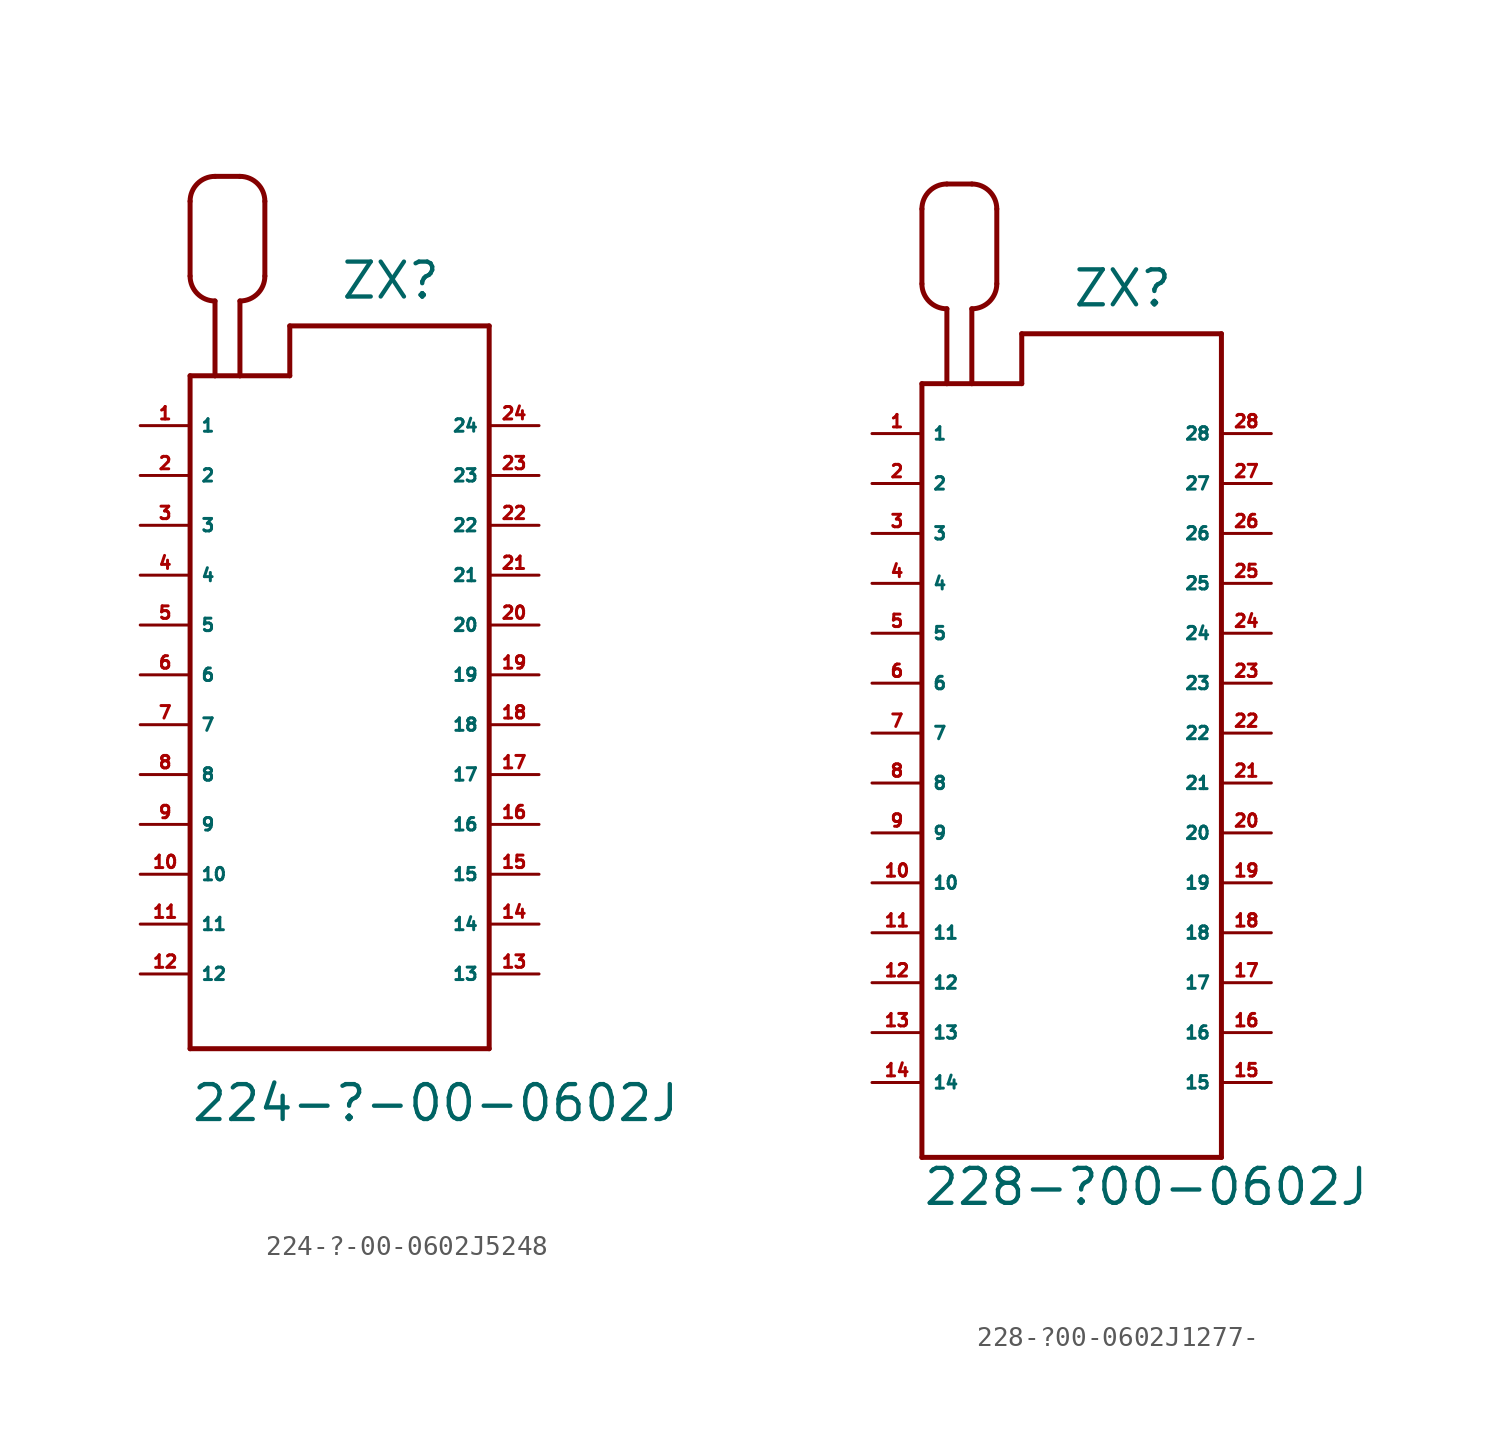
<source format=kicad_sym>
(kicad_symbol_lib
  (version 20220914)
  (generator Eagle2Kicad)
  (symbol "224-?-00-0602J5248"
    (property "Reference" "ZX"
      (at 0 19.05 0)
      (effects (font (size 1.778 1.778) (thickness 0.22)) (justify left bottom)))
    (property "Value" "224-?-00-0602J"
      (at -7.62 -22.86 0)
      (effects (font (size 1.778 1.778) (thickness 0.22)) (justify left bottom)))
    (polyline
      (pts (xy -7.62 15.24) (xy -7.62 -19.05))
      (stroke (width 0.254) (type default))
      (fill (type none)))
    (polyline
      (pts (xy -7.62 -19.05) (xy 7.62 -19.05))
      (stroke (width 0.254) (type default))
      (fill (type none)))
    (polyline
      (pts (xy 7.62 -19.05) (xy 7.62 17.78))
      (stroke (width 0.254) (type default))
      (fill (type none)))
    (polyline
      (pts (xy 7.62 17.78) (xy -2.54 17.78))
      (stroke (width 0.254) (type default))
      (fill (type none)))
    (polyline
      (pts (xy -2.54 17.78) (xy -2.54 15.24))
      (stroke (width 0.254) (type default))
      (fill (type none)))
    (polyline
      (pts (xy -2.54 15.24) (xy -5.08 15.24))
      (stroke (width 0.254) (type default))
      (fill (type none)))
    (polyline
      (pts (xy -5.08 15.24) (xy -6.35 15.24))
      (stroke (width 0.254) (type default))
      (fill (type none)))
    (polyline
      (pts (xy -6.35 15.24) (xy -7.62 15.24))
      (stroke (width 0.254) (type default))
      (fill (type none)))
    (polyline
      (pts (xy -6.35 15.24) (xy -6.35 19.05))
      (stroke (width 0.254) (type default))
      (fill (type none)))
    (arc
      (start -7.62 20.32)
      (mid -7.248 19.422)
      (end -6.35 19.05)
      (stroke (width 0.254) (type default))
      (fill (type none)))
    (polyline
      (pts (xy -7.62 20.32) (xy -7.62 24.13))
      (stroke (width 0.254) (type default))
      (fill (type none)))
    (arc
      (start -6.35 25.4)
      (mid -7.248 25.028)
      (end -7.62 24.13)
      (stroke (width 0.254) (type default))
      (fill (type none)))
    (polyline
      (pts (xy -6.35 25.4) (xy -5.08 25.4))
      (stroke (width 0.254) (type default))
      (fill (type none)))
    (arc
      (start -3.81 24.13)
      (mid -4.182 25.028)
      (end -5.08 25.4)
      (stroke (width 0.254) (type default))
      (fill (type none)))
    (polyline
      (pts (xy -3.81 24.13) (xy -3.81 20.32))
      (stroke (width 0.254) (type default))
      (fill (type none)))
    (arc
      (start -5.08 19.05)
      (mid -4.182 19.422)
      (end -3.81 20.32)
      (stroke (width 0.254) (type default))
      (fill (type none)))
    (polyline
      (pts (xy -5.08 19.05) (xy -5.08 15.24))
      (stroke (width 0.254) (type default))
      (fill (type none)))
    (pin passive line
      (at -10.16 12.7 0)
      (length 2.54)
      (name "1" (effects (font (size 0.635 0.635) (thickness 0.08)) (justify left bottom)))
      (number "1" (effects (font (size 0.635 0.635) (thickness 0.08)) (justify left bottom))))
    (pin passive line
      (at -10.16 10.16 0)
      (length 2.54)
      (name "2" (effects (font (size 0.635 0.635) (thickness 0.08)) (justify left bottom)))
      (number "2" (effects (font (size 0.635 0.635) (thickness 0.08)) (justify left bottom))))
    (pin passive line
      (at -10.16 7.62 0)
      (length 2.54)
      (name "3" (effects (font (size 0.635 0.635) (thickness 0.08)) (justify left bottom)))
      (number "3" (effects (font (size 0.635 0.635) (thickness 0.08)) (justify left bottom))))
    (pin passive line
      (at -10.16 5.08 0)
      (length 2.54)
      (name "4" (effects (font (size 0.635 0.635) (thickness 0.08)) (justify left bottom)))
      (number "4" (effects (font (size 0.635 0.635) (thickness 0.08)) (justify left bottom))))
    (pin passive line
      (at -10.16 2.54 0)
      (length 2.54)
      (name "5" (effects (font (size 0.635 0.635) (thickness 0.08)) (justify left bottom)))
      (number "5" (effects (font (size 0.635 0.635) (thickness 0.08)) (justify left bottom))))
    (pin passive line
      (at -10.16 0 0)
      (length 2.54)
      (name "6" (effects (font (size 0.635 0.635) (thickness 0.08)) (justify left bottom)))
      (number "6" (effects (font (size 0.635 0.635) (thickness 0.08)) (justify left bottom))))
    (pin passive line
      (at -10.16 -2.54 0)
      (length 2.54)
      (name "7" (effects (font (size 0.635 0.635) (thickness 0.08)) (justify left bottom)))
      (number "7" (effects (font (size 0.635 0.635) (thickness 0.08)) (justify left bottom))))
    (pin passive line
      (at -10.16 -5.08 0)
      (length 2.54)
      (name "8" (effects (font (size 0.635 0.635) (thickness 0.08)) (justify left bottom)))
      (number "8" (effects (font (size 0.635 0.635) (thickness 0.08)) (justify left bottom))))
    (pin passive line
      (at -10.16 -7.62 0)
      (length 2.54)
      (name "9" (effects (font (size 0.635 0.635) (thickness 0.08)) (justify left bottom)))
      (number "9" (effects (font (size 0.635 0.635) (thickness 0.08)) (justify left bottom))))
    (pin passive line
      (at -10.16 -10.16 0)
      (length 2.54)
      (name "10" (effects (font (size 0.635 0.635) (thickness 0.08)) (justify left bottom)))
      (number "10" (effects (font (size 0.635 0.635) (thickness 0.08)) (justify left bottom))))
    (pin passive line
      (at -10.16 -12.7 0)
      (length 2.54)
      (name "11" (effects (font (size 0.635 0.635) (thickness 0.08)) (justify left bottom)))
      (number "11" (effects (font (size 0.635 0.635) (thickness 0.08)) (justify left bottom))))
    (pin passive line
      (at -10.16 -15.24 0)
      (length 2.54)
      (name "12" (effects (font (size 0.635 0.635) (thickness 0.08)) (justify left bottom)))
      (number "12" (effects (font (size 0.635 0.635) (thickness 0.08)) (justify left bottom))))
    (pin passive line
      (at 10.16 -15.24 180)
      (length 2.54)
      (name "13" (effects (font (size 0.635 0.635) (thickness 0.08)) (justify left bottom)))
      (number "13" (effects (font (size 0.635 0.635) (thickness 0.08)) (justify left bottom))))
    (pin passive line
      (at 10.16 -12.7 180)
      (length 2.54)
      (name "14" (effects (font (size 0.635 0.635) (thickness 0.08)) (justify left bottom)))
      (number "14" (effects (font (size 0.635 0.635) (thickness 0.08)) (justify left bottom))))
    (pin passive line
      (at 10.16 -10.16 180)
      (length 2.54)
      (name "15" (effects (font (size 0.635 0.635) (thickness 0.08)) (justify left bottom)))
      (number "15" (effects (font (size 0.635 0.635) (thickness 0.08)) (justify left bottom))))
    (pin passive line
      (at 10.16 -7.62 180)
      (length 2.54)
      (name "16" (effects (font (size 0.635 0.635) (thickness 0.08)) (justify left bottom)))
      (number "16" (effects (font (size 0.635 0.635) (thickness 0.08)) (justify left bottom))))
    (pin passive line
      (at 10.16 -5.08 180)
      (length 2.54)
      (name "17" (effects (font (size 0.635 0.635) (thickness 0.08)) (justify left bottom)))
      (number "17" (effects (font (size 0.635 0.635) (thickness 0.08)) (justify left bottom))))
    (pin passive line
      (at 10.16 -2.54 180)
      (length 2.54)
      (name "18" (effects (font (size 0.635 0.635) (thickness 0.08)) (justify left bottom)))
      (number "18" (effects (font (size 0.635 0.635) (thickness 0.08)) (justify left bottom))))
    (pin passive line
      (at 10.16 0 180)
      (length 2.54)
      (name "19" (effects (font (size 0.635 0.635) (thickness 0.08)) (justify left bottom)))
      (number "19" (effects (font (size 0.635 0.635) (thickness 0.08)) (justify left bottom))))
    (pin passive line
      (at 10.16 2.54 180)
      (length 2.54)
      (name "20" (effects (font (size 0.635 0.635) (thickness 0.08)) (justify left bottom)))
      (number "20" (effects (font (size 0.635 0.635) (thickness 0.08)) (justify left bottom))))
    (pin passive line
      (at 10.16 5.08 180)
      (length 2.54)
      (name "21" (effects (font (size 0.635 0.635) (thickness 0.08)) (justify left bottom)))
      (number "21" (effects (font (size 0.635 0.635) (thickness 0.08)) (justify left bottom))))
    (pin passive line
      (at 10.16 7.62 180)
      (length 2.54)
      (name "22" (effects (font (size 0.635 0.635) (thickness 0.08)) (justify left bottom)))
      (number "22" (effects (font (size 0.635 0.635) (thickness 0.08)) (justify left bottom))))
    (pin passive line
      (at 10.16 10.16 180)
      (length 2.54)
      (name "23" (effects (font (size 0.635 0.635) (thickness 0.08)) (justify left bottom)))
      (number "23" (effects (font (size 0.635 0.635) (thickness 0.08)) (justify left bottom))))
    (pin passive line
      (at 10.16 12.7 180)
      (length 2.54)
      (name "24" (effects (font (size 0.635 0.635) (thickness 0.08)) (justify left bottom)))
      (number "24" (effects (font (size 0.635 0.635) (thickness 0.08)) (justify left bottom)))))
  (symbol "228-?00-0602J1277-"
    (property "Reference" "ZX"
      (at 0 21.59 0)
      (effects (font (size 1.778 1.778) (thickness 0.22)) (justify left bottom)))
    (property "Value" "228-?00-0602J"
      (at -7.62 -24.13 0)
      (effects (font (size 1.778 1.778) (thickness 0.22)) (justify left bottom)))
    (polyline
      (pts (xy -7.62 17.78) (xy -7.62 -21.59))
      (stroke (width 0.254) (type default))
      (fill (type none)))
    (polyline
      (pts (xy -7.62 -21.59) (xy 7.62 -21.59))
      (stroke (width 0.254) (type default))
      (fill (type none)))
    (polyline
      (pts (xy 7.62 -21.59) (xy 7.62 20.32))
      (stroke (width 0.254) (type default))
      (fill (type none)))
    (polyline
      (pts (xy 7.62 20.32) (xy -2.54 20.32))
      (stroke (width 0.254) (type default))
      (fill (type none)))
    (polyline
      (pts (xy -2.54 20.32) (xy -2.54 17.78))
      (stroke (width 0.254) (type default))
      (fill (type none)))
    (polyline
      (pts (xy -2.54 17.78) (xy -5.08 17.78))
      (stroke (width 0.254) (type default))
      (fill (type none)))
    (polyline
      (pts (xy -5.08 17.78) (xy -6.35 17.78))
      (stroke (width 0.254) (type default))
      (fill (type none)))
    (polyline
      (pts (xy -6.35 17.78) (xy -7.62 17.78))
      (stroke (width 0.254) (type default))
      (fill (type none)))
    (polyline
      (pts (xy -6.35 17.78) (xy -6.35 21.59))
      (stroke (width 0.254) (type default))
      (fill (type none)))
    (arc
      (start -7.62 22.86)
      (mid -7.248 21.962)
      (end -6.35 21.59)
      (stroke (width 0.254) (type default))
      (fill (type none)))
    (polyline
      (pts (xy -7.62 22.86) (xy -7.62 26.67))
      (stroke (width 0.254) (type default))
      (fill (type none)))
    (arc
      (start -6.35 27.94)
      (mid -7.248 27.568)
      (end -7.62 26.67)
      (stroke (width 0.254) (type default))
      (fill (type none)))
    (polyline
      (pts (xy -6.35 27.94) (xy -5.08 27.94))
      (stroke (width 0.254) (type default))
      (fill (type none)))
    (arc
      (start -3.81 26.67)
      (mid -4.182 27.568)
      (end -5.08 27.94)
      (stroke (width 0.254) (type default))
      (fill (type none)))
    (polyline
      (pts (xy -3.81 26.67) (xy -3.81 22.86))
      (stroke (width 0.254) (type default))
      (fill (type none)))
    (arc
      (start -5.08 21.59)
      (mid -4.182 21.962)
      (end -3.81 22.86)
      (stroke (width 0.254) (type default))
      (fill (type none)))
    (polyline
      (pts (xy -5.08 21.59) (xy -5.08 17.78))
      (stroke (width 0.254) (type default))
      (fill (type none)))
    (pin passive line
      (at -10.16 15.24 0)
      (length 2.54)
      (name "1" (effects (font (size 0.635 0.635) (thickness 0.08)) (justify left bottom)))
      (number "1" (effects (font (size 0.635 0.635) (thickness 0.08)) (justify left bottom))))
    (pin passive line
      (at -10.16 12.7 0)
      (length 2.54)
      (name "2" (effects (font (size 0.635 0.635) (thickness 0.08)) (justify left bottom)))
      (number "2" (effects (font (size 0.635 0.635) (thickness 0.08)) (justify left bottom))))
    (pin passive line
      (at -10.16 10.16 0)
      (length 2.54)
      (name "3" (effects (font (size 0.635 0.635) (thickness 0.08)) (justify left bottom)))
      (number "3" (effects (font (size 0.635 0.635) (thickness 0.08)) (justify left bottom))))
    (pin passive line
      (at -10.16 7.62 0)
      (length 2.54)
      (name "4" (effects (font (size 0.635 0.635) (thickness 0.08)) (justify left bottom)))
      (number "4" (effects (font (size 0.635 0.635) (thickness 0.08)) (justify left bottom))))
    (pin passive line
      (at -10.16 5.08 0)
      (length 2.54)
      (name "5" (effects (font (size 0.635 0.635) (thickness 0.08)) (justify left bottom)))
      (number "5" (effects (font (size 0.635 0.635) (thickness 0.08)) (justify left bottom))))
    (pin passive line
      (at -10.16 2.54 0)
      (length 2.54)
      (name "6" (effects (font (size 0.635 0.635) (thickness 0.08)) (justify left bottom)))
      (number "6" (effects (font (size 0.635 0.635) (thickness 0.08)) (justify left bottom))))
    (pin passive line
      (at -10.16 0 0)
      (length 2.54)
      (name "7" (effects (font (size 0.635 0.635) (thickness 0.08)) (justify left bottom)))
      (number "7" (effects (font (size 0.635 0.635) (thickness 0.08)) (justify left bottom))))
    (pin passive line
      (at -10.16 -2.54 0)
      (length 2.54)
      (name "8" (effects (font (size 0.635 0.635) (thickness 0.08)) (justify left bottom)))
      (number "8" (effects (font (size 0.635 0.635) (thickness 0.08)) (justify left bottom))))
    (pin passive line
      (at -10.16 -5.08 0)
      (length 2.54)
      (name "9" (effects (font (size 0.635 0.635) (thickness 0.08)) (justify left bottom)))
      (number "9" (effects (font (size 0.635 0.635) (thickness 0.08)) (justify left bottom))))
    (pin passive line
      (at -10.16 -7.62 0)
      (length 2.54)
      (name "10" (effects (font (size 0.635 0.635) (thickness 0.08)) (justify left bottom)))
      (number "10" (effects (font (size 0.635 0.635) (thickness 0.08)) (justify left bottom))))
    (pin passive line
      (at -10.16 -10.16 0)
      (length 2.54)
      (name "11" (effects (font (size 0.635 0.635) (thickness 0.08)) (justify left bottom)))
      (number "11" (effects (font (size 0.635 0.635) (thickness 0.08)) (justify left bottom))))
    (pin passive line
      (at -10.16 -12.7 0)
      (length 2.54)
      (name "12" (effects (font (size 0.635 0.635) (thickness 0.08)) (justify left bottom)))
      (number "12" (effects (font (size 0.635 0.635) (thickness 0.08)) (justify left bottom))))
    (pin passive line
      (at -10.16 -15.24 0)
      (length 2.54)
      (name "13" (effects (font (size 0.635 0.635) (thickness 0.08)) (justify left bottom)))
      (number "13" (effects (font (size 0.635 0.635) (thickness 0.08)) (justify left bottom))))
    (pin passive line
      (at -10.16 -17.78 0)
      (length 2.54)
      (name "14" (effects (font (size 0.635 0.635) (thickness 0.08)) (justify left bottom)))
      (number "14" (effects (font (size 0.635 0.635) (thickness 0.08)) (justify left bottom))))
    (pin passive line
      (at 10.16 -17.78 180)
      (length 2.54)
      (name "15" (effects (font (size 0.635 0.635) (thickness 0.08)) (justify left bottom)))
      (number "15" (effects (font (size 0.635 0.635) (thickness 0.08)) (justify left bottom))))
    (pin passive line
      (at 10.16 -15.24 180)
      (length 2.54)
      (name "16" (effects (font (size 0.635 0.635) (thickness 0.08)) (justify left bottom)))
      (number "16" (effects (font (size 0.635 0.635) (thickness 0.08)) (justify left bottom))))
    (pin passive line
      (at 10.16 -12.7 180)
      (length 2.54)
      (name "17" (effects (font (size 0.635 0.635) (thickness 0.08)) (justify left bottom)))
      (number "17" (effects (font (size 0.635 0.635) (thickness 0.08)) (justify left bottom))))
    (pin passive line
      (at 10.16 -10.16 180)
      (length 2.54)
      (name "18" (effects (font (size 0.635 0.635) (thickness 0.08)) (justify left bottom)))
      (number "18" (effects (font (size 0.635 0.635) (thickness 0.08)) (justify left bottom))))
    (pin passive line
      (at 10.16 -7.62 180)
      (length 2.54)
      (name "19" (effects (font (size 0.635 0.635) (thickness 0.08)) (justify left bottom)))
      (number "19" (effects (font (size 0.635 0.635) (thickness 0.08)) (justify left bottom))))
    (pin passive line
      (at 10.16 -5.08 180)
      (length 2.54)
      (name "20" (effects (font (size 0.635 0.635) (thickness 0.08)) (justify left bottom)))
      (number "20" (effects (font (size 0.635 0.635) (thickness 0.08)) (justify left bottom))))
    (pin passive line
      (at 10.16 -2.54 180)
      (length 2.54)
      (name "21" (effects (font (size 0.635 0.635) (thickness 0.08)) (justify left bottom)))
      (number "21" (effects (font (size 0.635 0.635) (thickness 0.08)) (justify left bottom))))
    (pin passive line
      (at 10.16 0 180)
      (length 2.54)
      (name "22" (effects (font (size 0.635 0.635) (thickness 0.08)) (justify left bottom)))
      (number "22" (effects (font (size 0.635 0.635) (thickness 0.08)) (justify left bottom))))
    (pin passive line
      (at 10.16 2.54 180)
      (length 2.54)
      (name "23" (effects (font (size 0.635 0.635) (thickness 0.08)) (justify left bottom)))
      (number "23" (effects (font (size 0.635 0.635) (thickness 0.08)) (justify left bottom))))
    (pin passive line
      (at 10.16 5.08 180)
      (length 2.54)
      (name "24" (effects (font (size 0.635 0.635) (thickness 0.08)) (justify left bottom)))
      (number "24" (effects (font (size 0.635 0.635) (thickness 0.08)) (justify left bottom))))
    (pin passive line
      (at 10.16 7.62 180)
      (length 2.54)
      (name "25" (effects (font (size 0.635 0.635) (thickness 0.08)) (justify left bottom)))
      (number "25" (effects (font (size 0.635 0.635) (thickness 0.08)) (justify left bottom))))
    (pin passive line
      (at 10.16 10.16 180)
      (length 2.54)
      (name "26" (effects (font (size 0.635 0.635) (thickness 0.08)) (justify left bottom)))
      (number "26" (effects (font (size 0.635 0.635) (thickness 0.08)) (justify left bottom))))
    (pin passive line
      (at 10.16 12.7 180)
      (length 2.54)
      (name "27" (effects (font (size 0.635 0.635) (thickness 0.08)) (justify left bottom)))
      (number "27" (effects (font (size 0.635 0.635) (thickness 0.08)) (justify left bottom))))
    (pin passive line
      (at 10.16 15.24 180)
      (length 2.54)
      (name "28" (effects (font (size 0.635 0.635) (thickness 0.08)) (justify left bottom)))
      (number "28" (effects (font (size 0.635 0.635) (thickness 0.08)) (justify left bottom))))))
</source>
